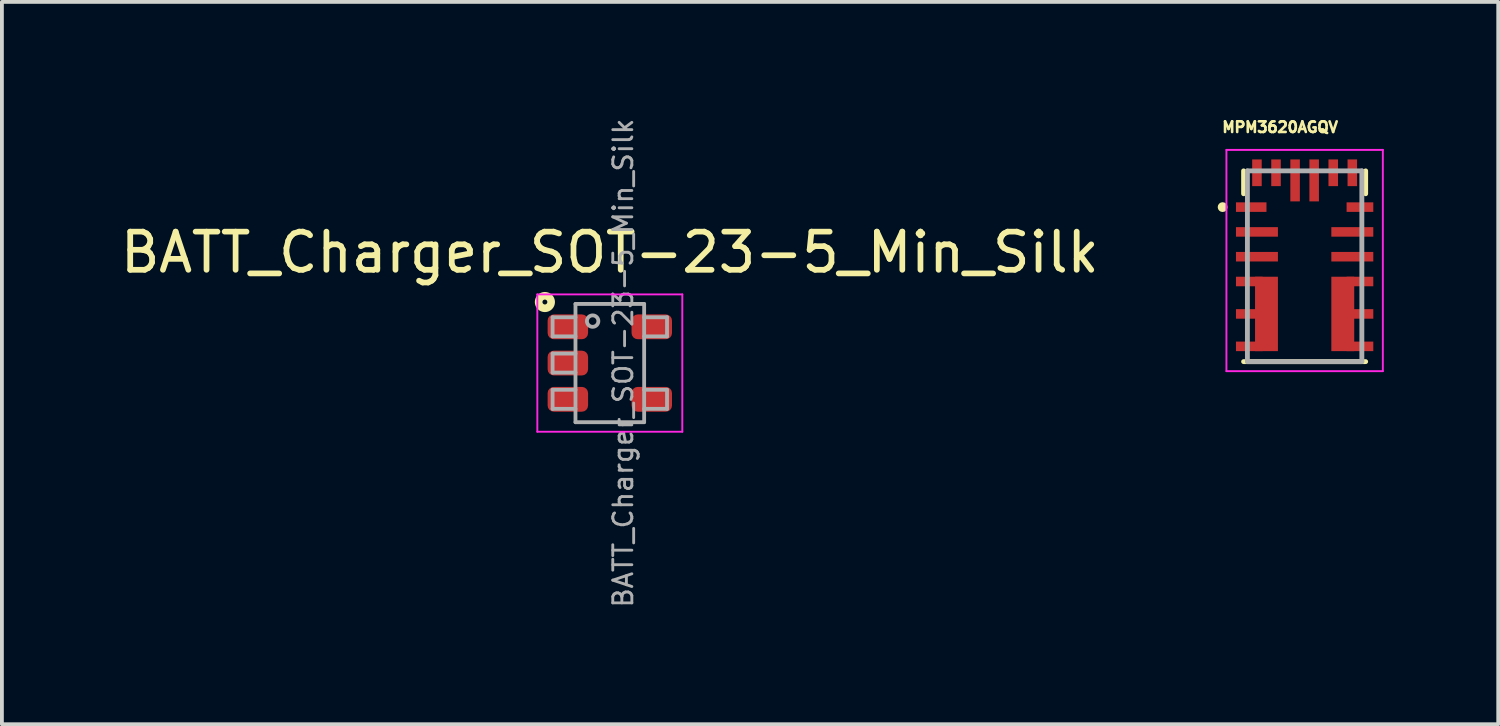
<source format=kicad_pcb>
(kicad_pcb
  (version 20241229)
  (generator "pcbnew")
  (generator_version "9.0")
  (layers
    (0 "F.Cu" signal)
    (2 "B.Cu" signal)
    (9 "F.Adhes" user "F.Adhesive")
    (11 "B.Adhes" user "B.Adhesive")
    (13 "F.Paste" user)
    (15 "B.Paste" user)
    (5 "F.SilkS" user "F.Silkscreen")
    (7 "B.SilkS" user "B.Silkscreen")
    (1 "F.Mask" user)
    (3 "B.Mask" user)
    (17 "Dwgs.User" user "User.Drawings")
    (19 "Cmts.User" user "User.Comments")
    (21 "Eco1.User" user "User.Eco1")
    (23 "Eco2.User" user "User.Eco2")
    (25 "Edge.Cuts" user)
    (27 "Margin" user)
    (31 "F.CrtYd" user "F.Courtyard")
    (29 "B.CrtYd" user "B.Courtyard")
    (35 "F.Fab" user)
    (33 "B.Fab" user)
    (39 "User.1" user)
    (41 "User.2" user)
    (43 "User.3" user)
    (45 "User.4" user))
  (footprint "MPM3620AGQV"
    (layer "F.Cu")
    (at 31.148 3.929)
    (property "Reference" "MPM3620AGQV" (at -0.643 -3.645 0) (layer "F.SilkS") (effects (font (size 0.278 0.278) (thickness 0.15))))
    (attr smd)
    (fp_line (start -1.6 -1.9) (end -1.6 -2.5) (stroke (width 0.127) (type solid)) (layer "F.SilkS"))
    (fp_line (start -1.6 2.5) (end 1.6 2.5) (stroke (width 0.127) (type solid)) (layer "F.SilkS"))
    (fp_line (start 1.6 -1.9) (end 1.6 -2.5) (stroke (width 0.127) (type solid)) (layer "F.SilkS"))
    (fp_circle (center -2.15 -1.55) (end -2.085 -1.55) (stroke (width 0.127) (type solid)) (fill no) (layer "F.SilkS"))
    (fp_line (start -2.05 -3.05) (end 2.05 -3.05) (stroke (width 0.05) (type solid)) (layer "F.CrtYd"))
    (fp_line (start -2.05 2.75) (end -2.05 -3.05) (stroke (width 0.05) (type solid)) (layer "F.CrtYd"))
    (fp_line (start 2.05 -3.05) (end 2.05 2.75) (stroke (width 0.05) (type solid)) (layer "F.CrtYd"))
    (fp_line (start 2.05 2.75) (end -2.05 2.75) (stroke (width 0.05) (type solid)) (layer "F.CrtYd"))
    (fp_line (start -1.5 -2.5) (end -1.5 2.5) (stroke (width 0.127) (type solid)) (layer "F.Fab"))
    (fp_line (start -1.5 2.5) (end 1.5 2.5) (stroke (width 0.127) (type solid)) (layer "F.Fab"))
    (fp_line (start 1.5 -2.5) (end -1.5 -2.5) (stroke (width 0.127) (type solid)) (layer "F.Fab"))
    (fp_line (start 1.5 2.5) (end 1.5 -2.5) (stroke (width 0.127) (type solid)) (layer "F.Fab"))
    (pad "1" smd rect (at -1.4 -1.55) (size 0.8 0.25) (layers "F.Cu" "F.Mask" "F.Paste"))
    (pad "2" smd rect (at -1.25 -0.9) (size 1.1 0.25) (layers "F.Cu" "F.Mask" "F.Paste"))
    (pad "3" smd rect (at -1.25 -0.25) (size 1.1 0.25) (layers "F.Cu" "F.Mask" "F.Paste"))
    (pad "4" smd rect (at -1.45 0.4) (size 0.7 0.25) (layers "F.Cu" "F.Mask" "F.Paste"))
    (pad "5" smd rect (at -1.45 1.25) (size 0.7 0.25) (layers "F.Cu" "F.Mask" "F.Paste"))
    (pad "6" smd rect (at -1.45 2.1) (size 0.7 0.25) (layers "F.Cu" "F.Mask" "F.Paste"))
    (pad "7" smd rect (at 1.45 2.1) (size 0.7 0.25) (layers "F.Cu" "F.Mask" "F.Paste"))
    (pad "8" smd rect (at 1.45 1.25) (size 0.7 0.25) (layers "F.Cu" "F.Mask" "F.Paste"))
    (pad "9" smd rect (at 1.45 0.4) (size 0.7 0.25) (layers "F.Cu" "F.Mask" "F.Paste"))
    (pad "10" smd rect (at 1.25 -0.25) (size 1.1 0.25) (layers "F.Cu" "F.Mask" "F.Paste"))
    (pad "11" smd rect (at 1.25 -0.9) (size 1.1 0.25) (layers "F.Cu" "F.Mask" "F.Paste"))
    (pad "12" smd rect (at 1.45 -1.55) (size 0.7 0.25) (layers "F.Cu" "F.Mask" "F.Paste"))
    (pad "13" smd rect (at 1.25 -2.45) (size 0.25 0.7) (layers "F.Cu" "F.Mask" "F.Paste"))
    (pad "14" smd rect (at 0.75 -2.45) (size 0.25 0.7) (layers "F.Cu" "F.Mask" "F.Paste"))
    (pad "15" smd rect (at 0.25 -2.25) (size 0.25 1.1) (layers "F.Cu" "F.Mask" "F.Paste"))
    (pad "16" smd rect (at -0.25 -2.25) (size 0.25 1.1) (layers "F.Cu" "F.Mask" "F.Paste"))
    (pad "17" smd rect (at -0.75 -2.45) (size 0.25 0.7) (layers "F.Cu" "F.Mask" "F.Paste"))
    (pad "18" smd rect (at -1.25 -2.45) (size 0.25 0.7) (layers "F.Cu" "F.Mask" "F.Paste"))
    (pad "19" smd rect (at -1 1.25) (size 0.6 1.95) (layers "F.Cu" "F.Mask" "F.Paste"))
    (pad "20" smd rect (at 1 1.25) (size 0.6 1.95) (layers "F.Cu" "F.Mask" "F.Paste"))
    (zone (net_name "") (layer "F.Cu") (hatch full 0.508) (connect_pads) (min_thickness 0.01) (filled_areas_thickness no) (keepout (tracks not_allowed) (vias not_allowed) (pads not_allowed) (copperpour not_allowed) (footprints allowed)) (placement (enabled no)) (fill) (polygon (pts (xy 30.572 2.959) (xy 31.723 2.959) (xy 31.723 3.749) (xy 30.572 3.749))))
    (zone (net_name "") (layers "F.Cu" "B.Cu") (hatch full 0.508) (connect_pads) (min_thickness 0.01) (filled_areas_thickness no) (keepout (tracks allowed) (vias not_allowed) (pads allowed) (copperpour allowed) (footprints allowed)) (placement (enabled no)) (fill) (polygon (pts (xy 30.572 2.959) (xy 31.723 2.959) (xy 31.723 3.749) (xy 30.572 3.749)))))
  (footprint "BATT_Charger_SOT-23-5_Min_Silk"
    (layer "F.Cu")
    (at 12.935 6.467)
    (property "Reference" "BATT_Charger_SOT-23-5_Min_Silk" (at 0 -2.9 0) (layer "F.SilkS") (effects (font (size 1 1) (thickness 0.15))))
    (attr smd)
    (fp_circle (center -1.702 -1.6) (end -1.638 -1.6) (stroke (width 0.2) (type solid)) (fill no) (layer "F.SilkS"))
    (fp_line (start -1.9 -1.8) (end 1.9 -1.8) (stroke (width 0.05) (type solid)) (layer "F.CrtYd"))
    (fp_line (start -1.9 1.8) (end -1.9 -1.8) (stroke (width 0.05) (type solid)) (layer "F.CrtYd"))
    (fp_line (start 1.9 -1.8) (end 1.9 1.8) (stroke (width 0.05) (type solid)) (layer "F.CrtYd"))
    (fp_line (start 1.9 1.8) (end -1.9 1.8) (stroke (width 0.05) (type solid)) (layer "F.CrtYd"))
    (fp_line (start -1.5 -1.2) (end -1.5 -0.7) (stroke (width 0.1) (type solid)) (layer "F.Fab"))
    (fp_line (start -1.5 -0.7) (end -0.9 -0.7) (stroke (width 0.1) (type solid)) (layer "F.Fab"))
    (fp_line (start -1.5 -0.25) (end -1.5 0.25) (stroke (width 0.1) (type solid)) (layer "F.Fab"))
    (fp_line (start -1.5 0.25) (end -0.9 0.25) (stroke (width 0.1) (type solid)) (layer "F.Fab"))
    (fp_line (start -1.5 0.7) (end -1.5 1.2) (stroke (width 0.1) (type solid)) (layer "F.Fab"))
    (fp_line (start -1.5 1.2) (end -0.9 1.2) (stroke (width 0.1) (type solid)) (layer "F.Fab"))
    (fp_line (start -0.9 -1.55) (end -0.9 1.55) (stroke (width 0.1) (type solid)) (layer "F.Fab"))
    (fp_line (start -0.9 -1.2) (end -1.5 -1.2) (stroke (width 0.1) (type solid)) (layer "F.Fab"))
    (fp_line (start -0.9 -0.25) (end -1.5 -0.25) (stroke (width 0.1) (type solid)) (layer "F.Fab"))
    (fp_line (start -0.9 0.7) (end -1.5 0.7) (stroke (width 0.1) (type solid)) (layer "F.Fab"))
    (fp_line (start 0.9 -1.55) (end -0.9 -1.55) (stroke (width 0.1) (type solid)) (layer "F.Fab"))
    (fp_line (start 0.9 -1.55) (end 0.9 1.55) (stroke (width 0.1) (type solid)) (layer "F.Fab"))
    (fp_line (start 0.9 -0.7) (end 1.5 -0.7) (stroke (width 0.1) (type solid)) (layer "F.Fab"))
    (fp_line (start 0.9 1.2) (end 1.5 1.2) (stroke (width 0.1) (type solid)) (layer "F.Fab"))
    (fp_line (start 0.9 1.55) (end -0.9 1.55) (stroke (width 0.1) (type solid)) (layer "F.Fab"))
    (fp_line (start 1.5 -1.2) (end 0.9 -1.2) (stroke (width 0.1) (type solid)) (layer "F.Fab"))
    (fp_line (start 1.5 -0.7) (end 1.5 -1.2) (stroke (width 0.1) (type solid)) (layer "F.Fab"))
    (fp_line (start 1.5 0.7) (end 0.9 0.7) (stroke (width 0.1) (type solid)) (layer "F.Fab"))
    (fp_line (start 1.5 1.2) (end 1.5 0.7) (stroke (width 0.1) (type solid)) (layer "F.Fab"))
    (fp_circle (center -0.45 -1.1) (end -0.3 -1.1) (stroke (width 0.1) (type solid)) (fill no) (layer "F.Fab"))
    (fp_text user "${REFERENCE}" (at 0.35 0 90) (layer "F.Fab") (effects (font (size 0.5 0.5) (thickness 0.075))))
    (pad "1" smd roundrect (at -1.1 -0.95) (size 1.06 0.65) (layers "F.Cu" "F.Mask" "F.Paste") (roundrect_rratio 0.25))
    (pad "2" smd roundrect (at -1.1 0) (size 1.06 0.65) (layers "F.Cu" "F.Mask" "F.Paste") (roundrect_rratio 0.25))
    (pad "3" smd roundrect (at -1.1 0.95) (size 1.06 0.65) (layers "F.Cu" "F.Mask" "F.Paste") (roundrect_rratio 0.25))
    (pad "4" smd roundrect (at 1.1 0.95) (size 1.06 0.65) (layers "F.Cu" "F.Mask" "F.Paste") (roundrect_rratio 0.25))
    (pad "5" smd roundrect (at 1.1 -0.95) (size 1.06 0.65) (layers "F.Cu" "F.Mask" "F.Paste") (roundrect_rratio 0.25)))
  (gr_rect
    (start -3 -3)
    (end 36.223 15.935)
    (stroke (width 0.1) (type default))
    (fill no)
    (layer "Edge.Cuts")))
</source>
